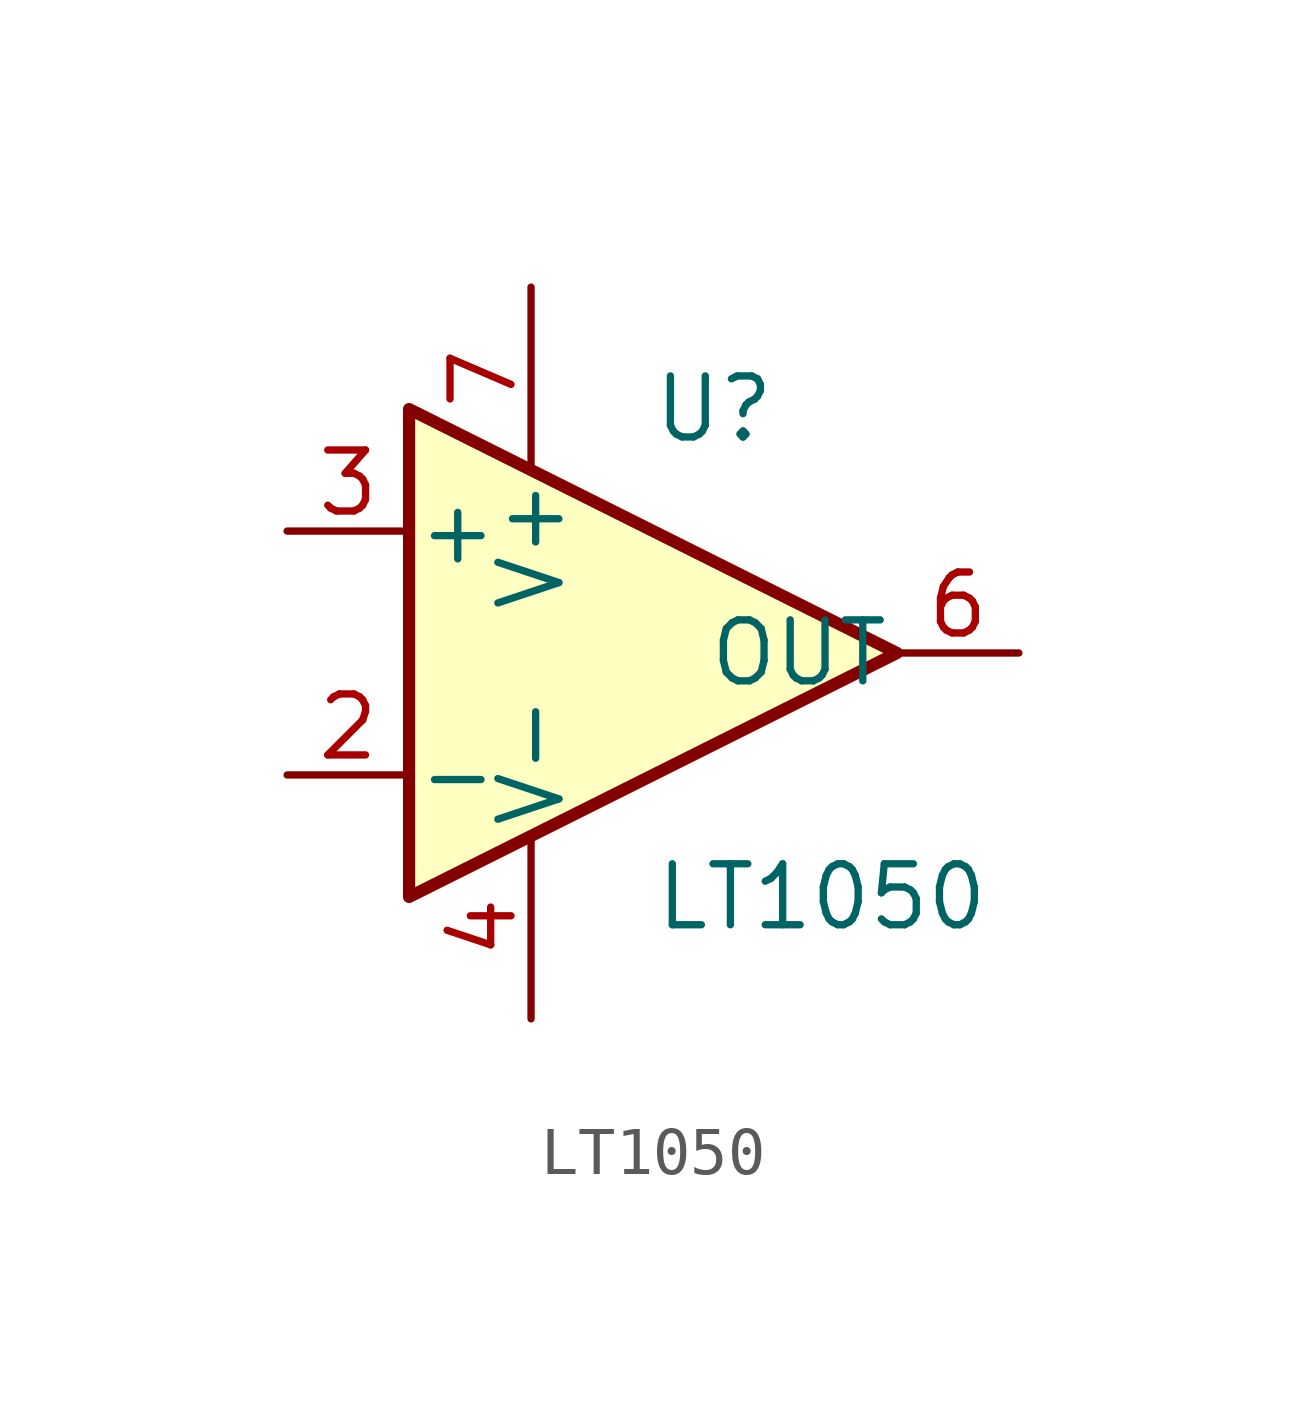
<source format=kicad_sym>
(kicad_symbol_lib
  (version 20211014)
  (generator kicad_symbol_editor)
  (symbol "LT1050"
    (pin_names
      (offset 0.127))
    (property "Reference" "U"
      (at 1.27 5.08 0)
      (effects (font (size 1.27 1.27))))
    (property "Value" "LT1050"
      (at 0 -5.08 0)
      (effects (font (size 1.27 1.27)) (justify left)))
    (symbol "LT1050_0_1"
      (polyline (pts (xy -5.08 5.08) (xy 5.08 0) (xy -5.08 -5.08) (xy -5.08 5.08)) (stroke (width 0.254) (type default) (color 0 0 0 0)) (fill (type background))))
    (symbol "LT1050_1_1"
      (pin input line (at -7.62 -2.54 0) (length 2.54) (name "-" (effects (font (size 1.27 1.27)))) (number "2" (effects (font (size 1.27 1.27)))))
      (pin input line (at -7.62 2.54 0) (length 2.54) (name "+" (effects (font (size 1.27 1.27)))) (number "3" (effects (font (size 1.27 1.27)))))
      (pin power_in line (at -2.54 -7.62 90) (length 3.81) (name "V-" (effects (font (size 1.27 1.27)))) (number "4" (effects (font (size 1.27 1.27)))))
      (pin open_collector line (at 7.62 0 180) (length 2.54) (name "OUT" (effects (font (size 1.27 1.27)))) (number "6" (effects (font (size 1.27 1.27)))))
      (pin power_in line (at -2.54 7.62 270) (length 3.81) (name "V+" (effects (font (size 1.27 1.27)))) (number "7" (effects (font (size 1.27 1.27))))))))
</source>
